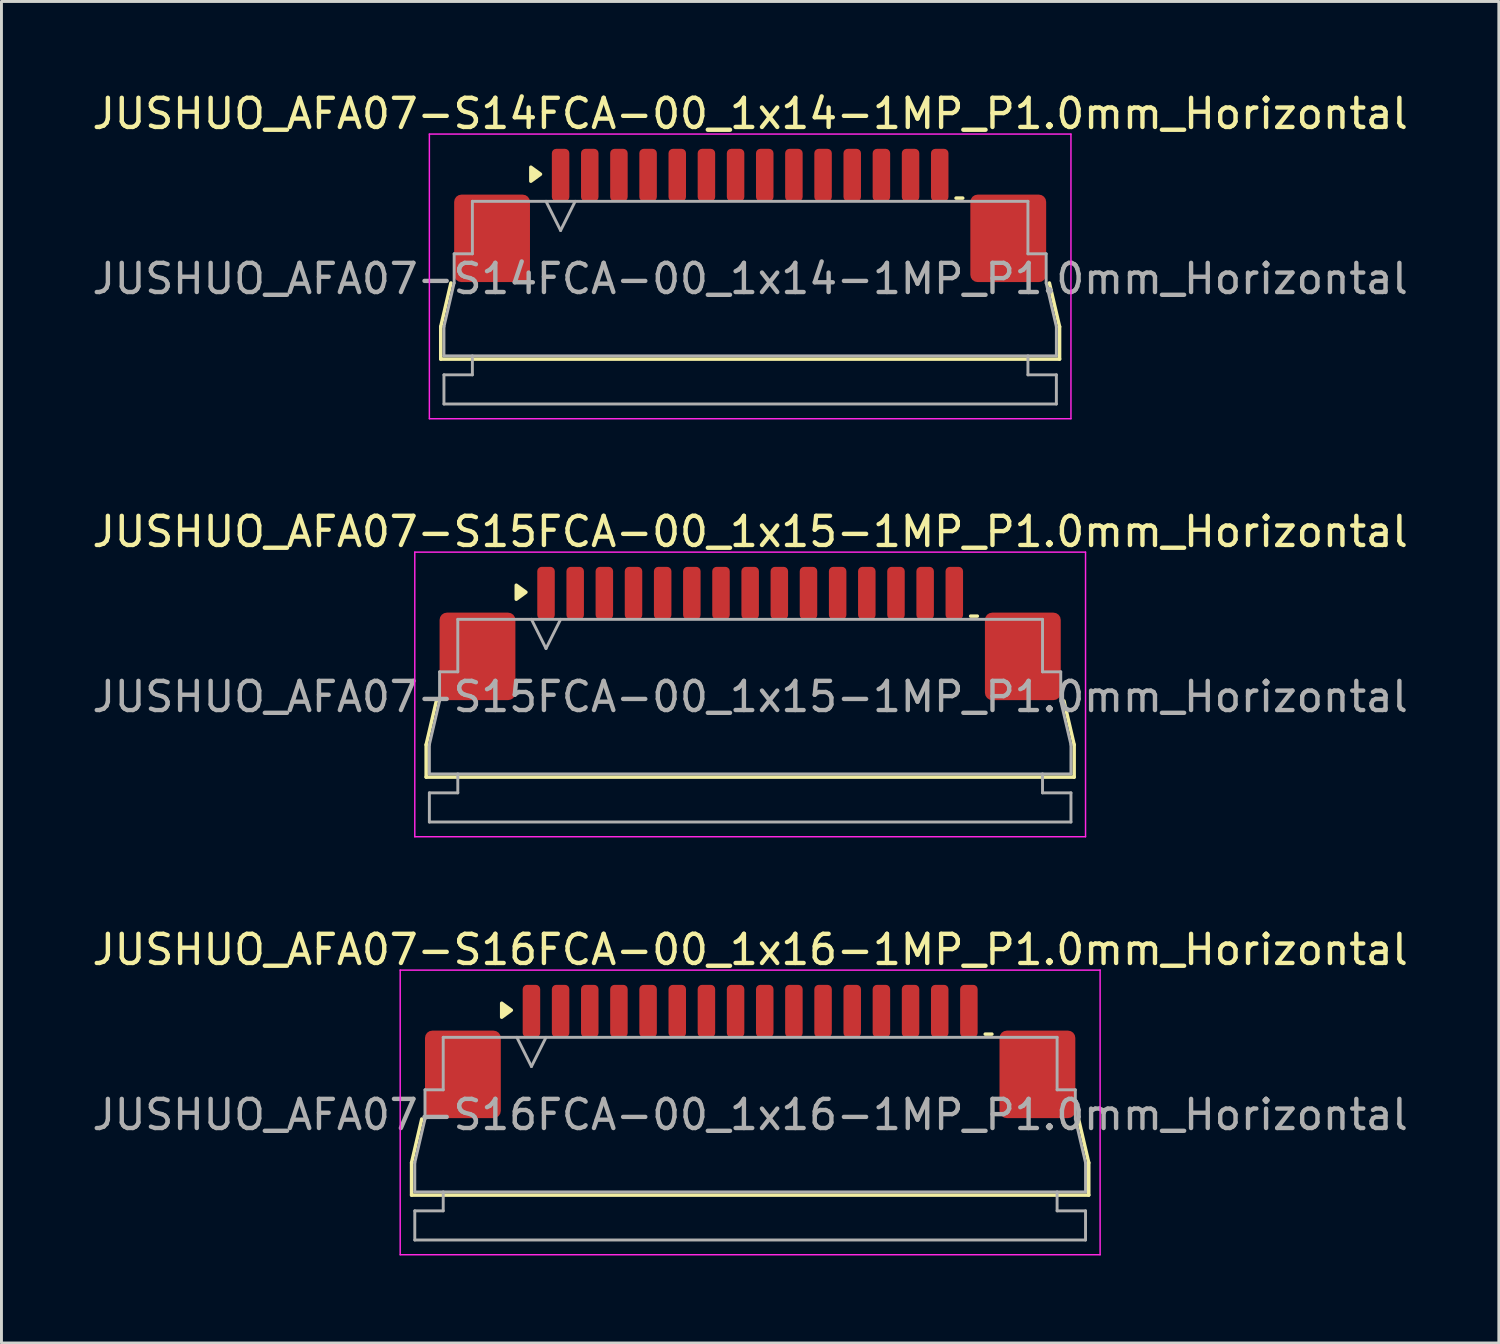
<source format=kicad_pcb>
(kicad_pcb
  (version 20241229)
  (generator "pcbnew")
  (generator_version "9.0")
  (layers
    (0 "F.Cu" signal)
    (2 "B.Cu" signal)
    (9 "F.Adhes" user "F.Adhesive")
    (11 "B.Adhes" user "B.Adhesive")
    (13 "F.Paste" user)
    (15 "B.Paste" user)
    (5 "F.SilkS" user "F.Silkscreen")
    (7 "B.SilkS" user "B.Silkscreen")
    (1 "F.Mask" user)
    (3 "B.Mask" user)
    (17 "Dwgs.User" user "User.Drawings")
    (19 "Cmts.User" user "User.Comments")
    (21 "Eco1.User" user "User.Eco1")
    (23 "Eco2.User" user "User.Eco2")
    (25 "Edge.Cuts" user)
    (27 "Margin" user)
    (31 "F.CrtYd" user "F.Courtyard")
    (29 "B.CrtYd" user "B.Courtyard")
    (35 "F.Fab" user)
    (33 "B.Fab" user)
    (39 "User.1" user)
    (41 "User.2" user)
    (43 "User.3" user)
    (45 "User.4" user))
  (footprint "JUSHUO_AFA07-S15FCA-00_1x15-1MP_P1.0mm_Horizontal"
    (layer "F.Cu")
    (at 22.673 20.662)
    (property "Reference" "JUSHUO_AFA07-S15FCA-00_1x15-1MP_P1.0mm_Horizontal" (at 0 -5.48 0) (layer "F.SilkS") (effects (font (size 1 1) (thickness 0.15))))
    (attr smd)
    (fp_line (start -11.11 1.825) (end -10.76 0.325) (stroke (width 0.12) (type solid)) (layer "F.SilkS"))
    (fp_line (start -11.11 2.935) (end -11.11 1.825) (stroke (width 0.12) (type solid)) (layer "F.SilkS"))
    (fp_line (start 7.56 -2.585) (end 7.79 -2.585) (stroke (width 0.12) (type solid)) (layer "F.SilkS"))
    (fp_line (start 10.76 0.325) (end 11.11 1.825) (stroke (width 0.12) (type solid)) (layer "F.SilkS"))
    (fp_line (start 11.11 1.825) (end 11.11 2.935) (stroke (width 0.12) (type solid)) (layer "F.SilkS"))
    (fp_line (start 11.11 2.935) (end -11.11 2.935) (stroke (width 0.12) (type solid)) (layer "F.SilkS"))
    (fp_poly (pts (xy -7.69 -3.405) (xy -8.02 -3.165) (xy -8.02 -3.645)) (stroke (width 0.12) (type solid)) (fill yes) (layer "F.SilkS"))
    (fp_line (start -11.5 -4.78) (end -11.5 4.98) (stroke (width 0.05) (type solid)) (layer "F.CrtYd"))
    (fp_line (start -11.5 4.98) (end 11.5 4.98) (stroke (width 0.05) (type solid)) (layer "F.CrtYd"))
    (fp_line (start 11.5 -4.78) (end -11.5 -4.78) (stroke (width 0.05) (type solid)) (layer "F.CrtYd"))
    (fp_line (start 11.5 4.98) (end 11.5 -4.78) (stroke (width 0.05) (type solid)) (layer "F.CrtYd"))
    (fp_line (start -11 1.825) (end -10.65 0.325) (stroke (width 0.1) (type solid)) (layer "F.Fab"))
    (fp_line (start -11 2.825) (end -11 1.825) (stroke (width 0.1) (type solid)) (layer "F.Fab"))
    (fp_line (start -11 3.475) (end -10.025 3.475) (stroke (width 0.1) (type solid)) (layer "F.Fab"))
    (fp_line (start -11 4.475) (end -11 3.475) (stroke (width 0.1) (type solid)) (layer "F.Fab"))
    (fp_line (start -10.65 -0.675) (end -10.025 -0.675) (stroke (width 0.1) (type solid)) (layer "F.Fab"))
    (fp_line (start -10.65 0.325) (end -10.65 -0.675) (stroke (width 0.1) (type solid)) (layer "F.Fab"))
    (fp_line (start -10.025 -2.475) (end 10.025 -2.475) (stroke (width 0.1) (type solid)) (layer "F.Fab"))
    (fp_line (start -10.025 -0.675) (end -10.025 -2.475) (stroke (width 0.1) (type solid)) (layer "F.Fab"))
    (fp_line (start -10.025 3.475) (end -10.025 2.825) (stroke (width 0.1) (type solid)) (layer "F.Fab"))
    (fp_line (start -7.5 -2.475) (end -7 -1.475) (stroke (width 0.1) (type solid)) (layer "F.Fab"))
    (fp_line (start -7 -1.475) (end -6.5 -2.475) (stroke (width 0.1) (type solid)) (layer "F.Fab"))
    (fp_line (start 10.025 -2.475) (end 10.025 -0.675) (stroke (width 0.1) (type solid)) (layer "F.Fab"))
    (fp_line (start 10.025 -0.675) (end 10.65 -0.675) (stroke (width 0.1) (type solid)) (layer "F.Fab"))
    (fp_line (start 10.025 2.825) (end 10.025 3.475) (stroke (width 0.1) (type solid)) (layer "F.Fab"))
    (fp_line (start 10.025 3.475) (end 11 3.475) (stroke (width 0.1) (type solid)) (layer "F.Fab"))
    (fp_line (start 10.65 -0.675) (end 10.65 0.325) (stroke (width 0.1) (type solid)) (layer "F.Fab"))
    (fp_line (start 10.65 0.325) (end 11 1.825) (stroke (width 0.1) (type solid)) (layer "F.Fab"))
    (fp_line (start 11 1.825) (end 11 2.825) (stroke (width 0.1) (type solid)) (layer "F.Fab"))
    (fp_line (start 11 2.825) (end -11 2.825) (stroke (width 0.1) (type solid)) (layer "F.Fab"))
    (fp_line (start 11 3.475) (end 11 4.475) (stroke (width 0.1) (type solid)) (layer "F.Fab"))
    (fp_line (start 11 4.475) (end -11 4.475) (stroke (width 0.1) (type solid)) (layer "F.Fab"))
    (fp_text user "${REFERENCE}" (at 0 0.18 0) (layer "F.Fab") (effects (font (size 1 1) (thickness 0.15))))
    (pad "1" smd roundrect (at -7 -3.375) (size 0.6 1.8) (layers "F.Cu" "F.Mask" "F.Paste") (roundrect_rratio 0.25))
    (pad "2" smd roundrect (at -6 -3.375) (size 0.6 1.8) (layers "F.Cu" "F.Mask" "F.Paste") (roundrect_rratio 0.25))
    (pad "3" smd roundrect (at -5 -3.375) (size 0.6 1.8) (layers "F.Cu" "F.Mask" "F.Paste") (roundrect_rratio 0.25))
    (pad "4" smd roundrect (at -4 -3.375) (size 0.6 1.8) (layers "F.Cu" "F.Mask" "F.Paste") (roundrect_rratio 0.25))
    (pad "5" smd roundrect (at -3 -3.375) (size 0.6 1.8) (layers "F.Cu" "F.Mask" "F.Paste") (roundrect_rratio 0.25))
    (pad "6" smd roundrect (at -2 -3.375) (size 0.6 1.8) (layers "F.Cu" "F.Mask" "F.Paste") (roundrect_rratio 0.25))
    (pad "7" smd roundrect (at -1 -3.375) (size 0.6 1.8) (layers "F.Cu" "F.Mask" "F.Paste") (roundrect_rratio 0.25))
    (pad "8" smd roundrect (at 0 -3.375) (size 0.6 1.8) (layers "F.Cu" "F.Mask" "F.Paste") (roundrect_rratio 0.25))
    (pad "9" smd roundrect (at 1 -3.375) (size 0.6 1.8) (layers "F.Cu" "F.Mask" "F.Paste") (roundrect_rratio 0.25))
    (pad "10" smd roundrect (at 2 -3.375) (size 0.6 1.8) (layers "F.Cu" "F.Mask" "F.Paste") (roundrect_rratio 0.25))
    (pad "11" smd roundrect (at 3 -3.375) (size 0.6 1.8) (layers "F.Cu" "F.Mask" "F.Paste") (roundrect_rratio 0.25))
    (pad "12" smd roundrect (at 4 -3.375) (size 0.6 1.8) (layers "F.Cu" "F.Mask" "F.Paste") (roundrect_rratio 0.25))
    (pad "13" smd roundrect (at 5 -3.375) (size 0.6 1.8) (layers "F.Cu" "F.Mask" "F.Paste") (roundrect_rratio 0.25))
    (pad "14" smd roundrect (at 6 -3.375) (size 0.6 1.8) (layers "F.Cu" "F.Mask" "F.Paste") (roundrect_rratio 0.25))
    (pad "15" smd roundrect (at 7 -3.375) (size 0.6 1.8) (layers "F.Cu" "F.Mask" "F.Paste") (roundrect_rratio 0.25))
    (pad "MP" smd roundrect (at -9.35 -1.205) (size 2.6 3) (layers "F.Cu" "F.Mask" "F.Paste") (roundrect_rratio 0.096))
    (pad "MP" smd roundrect (at 9.35 -1.205) (size 2.6 3) (layers "F.Cu" "F.Mask" "F.Paste") (roundrect_rratio 0.096)))
  (footprint "JUSHUO_AFA07-S14FCA-00_1x14-1MP_P1.0mm_Horizontal"
    (layer "F.Cu")
    (at 22.673 6.328)
    (property "Reference" "JUSHUO_AFA07-S14FCA-00_1x14-1MP_P1.0mm_Horizontal" (at 0 -5.48 0) (layer "F.SilkS") (effects (font (size 1 1) (thickness 0.15))))
    (attr smd)
    (fp_line (start -10.61 1.825) (end -10.26 0.325) (stroke (width 0.12) (type solid)) (layer "F.SilkS"))
    (fp_line (start -10.61 2.935) (end -10.61 1.825) (stroke (width 0.12) (type solid)) (layer "F.SilkS"))
    (fp_line (start 7.06 -2.585) (end 7.29 -2.585) (stroke (width 0.12) (type solid)) (layer "F.SilkS"))
    (fp_line (start 10.26 0.325) (end 10.61 1.825) (stroke (width 0.12) (type solid)) (layer "F.SilkS"))
    (fp_line (start 10.61 1.825) (end 10.61 2.935) (stroke (width 0.12) (type solid)) (layer "F.SilkS"))
    (fp_line (start 10.61 2.935) (end -10.61 2.935) (stroke (width 0.12) (type solid)) (layer "F.SilkS"))
    (fp_poly (pts (xy -7.19 -3.405) (xy -7.52 -3.165) (xy -7.52 -3.645)) (stroke (width 0.12) (type solid)) (fill yes) (layer "F.SilkS"))
    (fp_line (start -11 -4.78) (end -11 4.98) (stroke (width 0.05) (type solid)) (layer "F.CrtYd"))
    (fp_line (start -11 4.98) (end 11 4.98) (stroke (width 0.05) (type solid)) (layer "F.CrtYd"))
    (fp_line (start 11 -4.78) (end -11 -4.78) (stroke (width 0.05) (type solid)) (layer "F.CrtYd"))
    (fp_line (start 11 4.98) (end 11 -4.78) (stroke (width 0.05) (type solid)) (layer "F.CrtYd"))
    (fp_line (start -10.5 1.825) (end -10.15 0.325) (stroke (width 0.1) (type solid)) (layer "F.Fab"))
    (fp_line (start -10.5 2.825) (end -10.5 1.825) (stroke (width 0.1) (type solid)) (layer "F.Fab"))
    (fp_line (start -10.5 3.475) (end -9.525 3.475) (stroke (width 0.1) (type solid)) (layer "F.Fab"))
    (fp_line (start -10.5 4.475) (end -10.5 3.475) (stroke (width 0.1) (type solid)) (layer "F.Fab"))
    (fp_line (start -10.15 -0.675) (end -9.525 -0.675) (stroke (width 0.1) (type solid)) (layer "F.Fab"))
    (fp_line (start -10.15 0.325) (end -10.15 -0.675) (stroke (width 0.1) (type solid)) (layer "F.Fab"))
    (fp_line (start -9.525 -2.475) (end 9.525 -2.475) (stroke (width 0.1) (type solid)) (layer "F.Fab"))
    (fp_line (start -9.525 -0.675) (end -9.525 -2.475) (stroke (width 0.1) (type solid)) (layer "F.Fab"))
    (fp_line (start -9.525 3.475) (end -9.525 2.825) (stroke (width 0.1) (type solid)) (layer "F.Fab"))
    (fp_line (start -7 -2.475) (end -6.5 -1.475) (stroke (width 0.1) (type solid)) (layer "F.Fab"))
    (fp_line (start -6.5 -1.475) (end -6 -2.475) (stroke (width 0.1) (type solid)) (layer "F.Fab"))
    (fp_line (start 9.525 -2.475) (end 9.525 -0.675) (stroke (width 0.1) (type solid)) (layer "F.Fab"))
    (fp_line (start 9.525 -0.675) (end 10.15 -0.675) (stroke (width 0.1) (type solid)) (layer "F.Fab"))
    (fp_line (start 9.525 2.825) (end 9.525 3.475) (stroke (width 0.1) (type solid)) (layer "F.Fab"))
    (fp_line (start 9.525 3.475) (end 10.5 3.475) (stroke (width 0.1) (type solid)) (layer "F.Fab"))
    (fp_line (start 10.15 -0.675) (end 10.15 0.325) (stroke (width 0.1) (type solid)) (layer "F.Fab"))
    (fp_line (start 10.15 0.325) (end 10.5 1.825) (stroke (width 0.1) (type solid)) (layer "F.Fab"))
    (fp_line (start 10.5 1.825) (end 10.5 2.825) (stroke (width 0.1) (type solid)) (layer "F.Fab"))
    (fp_line (start 10.5 2.825) (end -10.5 2.825) (stroke (width 0.1) (type solid)) (layer "F.Fab"))
    (fp_line (start 10.5 3.475) (end 10.5 4.475) (stroke (width 0.1) (type solid)) (layer "F.Fab"))
    (fp_line (start 10.5 4.475) (end -10.5 4.475) (stroke (width 0.1) (type solid)) (layer "F.Fab"))
    (fp_text user "${REFERENCE}" (at 0 0.18 0) (layer "F.Fab") (effects (font (size 1 1) (thickness 0.15))))
    (pad "1" smd roundrect (at -6.5 -3.375) (size 0.6 1.8) (layers "F.Cu" "F.Mask" "F.Paste") (roundrect_rratio 0.25))
    (pad "2" smd roundrect (at -5.5 -3.375) (size 0.6 1.8) (layers "F.Cu" "F.Mask" "F.Paste") (roundrect_rratio 0.25))
    (pad "3" smd roundrect (at -4.5 -3.375) (size 0.6 1.8) (layers "F.Cu" "F.Mask" "F.Paste") (roundrect_rratio 0.25))
    (pad "4" smd roundrect (at -3.5 -3.375) (size 0.6 1.8) (layers "F.Cu" "F.Mask" "F.Paste") (roundrect_rratio 0.25))
    (pad "5" smd roundrect (at -2.5 -3.375) (size 0.6 1.8) (layers "F.Cu" "F.Mask" "F.Paste") (roundrect_rratio 0.25))
    (pad "6" smd roundrect (at -1.5 -3.375) (size 0.6 1.8) (layers "F.Cu" "F.Mask" "F.Paste") (roundrect_rratio 0.25))
    (pad "7" smd roundrect (at -0.5 -3.375) (size 0.6 1.8) (layers "F.Cu" "F.Mask" "F.Paste") (roundrect_rratio 0.25))
    (pad "8" smd roundrect (at 0.5 -3.375) (size 0.6 1.8) (layers "F.Cu" "F.Mask" "F.Paste") (roundrect_rratio 0.25))
    (pad "9" smd roundrect (at 1.5 -3.375) (size 0.6 1.8) (layers "F.Cu" "F.Mask" "F.Paste") (roundrect_rratio 0.25))
    (pad "10" smd roundrect (at 2.5 -3.375) (size 0.6 1.8) (layers "F.Cu" "F.Mask" "F.Paste") (roundrect_rratio 0.25))
    (pad "11" smd roundrect (at 3.5 -3.375) (size 0.6 1.8) (layers "F.Cu" "F.Mask" "F.Paste") (roundrect_rratio 0.25))
    (pad "12" smd roundrect (at 4.5 -3.375) (size 0.6 1.8) (layers "F.Cu" "F.Mask" "F.Paste") (roundrect_rratio 0.25))
    (pad "13" smd roundrect (at 5.5 -3.375) (size 0.6 1.8) (layers "F.Cu" "F.Mask" "F.Paste") (roundrect_rratio 0.25))
    (pad "14" smd roundrect (at 6.5 -3.375) (size 0.6 1.8) (layers "F.Cu" "F.Mask" "F.Paste") (roundrect_rratio 0.25))
    (pad "MP" smd roundrect (at -8.85 -1.205) (size 2.6 3) (layers "F.Cu" "F.Mask" "F.Paste") (roundrect_rratio 0.096))
    (pad "MP" smd roundrect (at 8.85 -1.205) (size 2.6 3) (layers "F.Cu" "F.Mask" "F.Paste") (roundrect_rratio 0.096)))
  (footprint "JUSHUO_AFA07-S16FCA-00_1x16-1MP_P1.0mm_Horizontal"
    (layer "F.Cu")
    (at 22.673 34.995)
    (property "Reference" "JUSHUO_AFA07-S16FCA-00_1x16-1MP_P1.0mm_Horizontal" (at 0 -5.48 0) (layer "F.SilkS") (effects (font (size 1 1) (thickness 0.15))))
    (attr smd)
    (fp_line (start -11.61 1.825) (end -11.26 0.325) (stroke (width 0.12) (type solid)) (layer "F.SilkS"))
    (fp_line (start -11.61 2.935) (end -11.61 1.825) (stroke (width 0.12) (type solid)) (layer "F.SilkS"))
    (fp_line (start 8.06 -2.585) (end 8.29 -2.585) (stroke (width 0.12) (type solid)) (layer "F.SilkS"))
    (fp_line (start 11.26 0.325) (end 11.61 1.825) (stroke (width 0.12) (type solid)) (layer "F.SilkS"))
    (fp_line (start 11.61 1.825) (end 11.61 2.935) (stroke (width 0.12) (type solid)) (layer "F.SilkS"))
    (fp_line (start 11.61 2.935) (end -11.61 2.935) (stroke (width 0.12) (type solid)) (layer "F.SilkS"))
    (fp_poly (pts (xy -8.19 -3.405) (xy -8.52 -3.165) (xy -8.52 -3.645)) (stroke (width 0.12) (type solid)) (fill yes) (layer "F.SilkS"))
    (fp_line (start -12 -4.78) (end -12 4.98) (stroke (width 0.05) (type solid)) (layer "F.CrtYd"))
    (fp_line (start -12 4.98) (end 12 4.98) (stroke (width 0.05) (type solid)) (layer "F.CrtYd"))
    (fp_line (start 12 -4.78) (end -12 -4.78) (stroke (width 0.05) (type solid)) (layer "F.CrtYd"))
    (fp_line (start 12 4.98) (end 12 -4.78) (stroke (width 0.05) (type solid)) (layer "F.CrtYd"))
    (fp_line (start -11.5 1.825) (end -11.15 0.325) (stroke (width 0.1) (type solid)) (layer "F.Fab"))
    (fp_line (start -11.5 2.825) (end -11.5 1.825) (stroke (width 0.1) (type solid)) (layer "F.Fab"))
    (fp_line (start -11.5 3.475) (end -10.525 3.475) (stroke (width 0.1) (type solid)) (layer "F.Fab"))
    (fp_line (start -11.5 4.475) (end -11.5 3.475) (stroke (width 0.1) (type solid)) (layer "F.Fab"))
    (fp_line (start -11.15 -0.675) (end -10.525 -0.675) (stroke (width 0.1) (type solid)) (layer "F.Fab"))
    (fp_line (start -11.15 0.325) (end -11.15 -0.675) (stroke (width 0.1) (type solid)) (layer "F.Fab"))
    (fp_line (start -10.525 -2.475) (end 10.525 -2.475) (stroke (width 0.1) (type solid)) (layer "F.Fab"))
    (fp_line (start -10.525 -0.675) (end -10.525 -2.475) (stroke (width 0.1) (type solid)) (layer "F.Fab"))
    (fp_line (start -10.525 3.475) (end -10.525 2.825) (stroke (width 0.1) (type solid)) (layer "F.Fab"))
    (fp_line (start -8 -2.475) (end -7.5 -1.475) (stroke (width 0.1) (type solid)) (layer "F.Fab"))
    (fp_line (start -7.5 -1.475) (end -7 -2.475) (stroke (width 0.1) (type solid)) (layer "F.Fab"))
    (fp_line (start 10.525 -2.475) (end 10.525 -0.675) (stroke (width 0.1) (type solid)) (layer "F.Fab"))
    (fp_line (start 10.525 -0.675) (end 11.15 -0.675) (stroke (width 0.1) (type solid)) (layer "F.Fab"))
    (fp_line (start 10.525 2.825) (end 10.525 3.475) (stroke (width 0.1) (type solid)) (layer "F.Fab"))
    (fp_line (start 10.525 3.475) (end 11.5 3.475) (stroke (width 0.1) (type solid)) (layer "F.Fab"))
    (fp_line (start 11.15 -0.675) (end 11.15 0.325) (stroke (width 0.1) (type solid)) (layer "F.Fab"))
    (fp_line (start 11.15 0.325) (end 11.5 1.825) (stroke (width 0.1) (type solid)) (layer "F.Fab"))
    (fp_line (start 11.5 1.825) (end 11.5 2.825) (stroke (width 0.1) (type solid)) (layer "F.Fab"))
    (fp_line (start 11.5 2.825) (end -11.5 2.825) (stroke (width 0.1) (type solid)) (layer "F.Fab"))
    (fp_line (start 11.5 3.475) (end 11.5 4.475) (stroke (width 0.1) (type solid)) (layer "F.Fab"))
    (fp_line (start 11.5 4.475) (end -11.5 4.475) (stroke (width 0.1) (type solid)) (layer "F.Fab"))
    (fp_text user "${REFERENCE}" (at 0 0.18 0) (layer "F.Fab") (effects (font (size 1 1) (thickness 0.15))))
    (pad "1" smd roundrect (at -7.5 -3.375) (size 0.6 1.8) (layers "F.Cu" "F.Mask" "F.Paste") (roundrect_rratio 0.25))
    (pad "2" smd roundrect (at -6.5 -3.375) (size 0.6 1.8) (layers "F.Cu" "F.Mask" "F.Paste") (roundrect_rratio 0.25))
    (pad "3" smd roundrect (at -5.5 -3.375) (size 0.6 1.8) (layers "F.Cu" "F.Mask" "F.Paste") (roundrect_rratio 0.25))
    (pad "4" smd roundrect (at -4.5 -3.375) (size 0.6 1.8) (layers "F.Cu" "F.Mask" "F.Paste") (roundrect_rratio 0.25))
    (pad "5" smd roundrect (at -3.5 -3.375) (size 0.6 1.8) (layers "F.Cu" "F.Mask" "F.Paste") (roundrect_rratio 0.25))
    (pad "6" smd roundrect (at -2.5 -3.375) (size 0.6 1.8) (layers "F.Cu" "F.Mask" "F.Paste") (roundrect_rratio 0.25))
    (pad "7" smd roundrect (at -1.5 -3.375) (size 0.6 1.8) (layers "F.Cu" "F.Mask" "F.Paste") (roundrect_rratio 0.25))
    (pad "8" smd roundrect (at -0.5 -3.375) (size 0.6 1.8) (layers "F.Cu" "F.Mask" "F.Paste") (roundrect_rratio 0.25))
    (pad "9" smd roundrect (at 0.5 -3.375) (size 0.6 1.8) (layers "F.Cu" "F.Mask" "F.Paste") (roundrect_rratio 0.25))
    (pad "10" smd roundrect (at 1.5 -3.375) (size 0.6 1.8) (layers "F.Cu" "F.Mask" "F.Paste") (roundrect_rratio 0.25))
    (pad "11" smd roundrect (at 2.5 -3.375) (size 0.6 1.8) (layers "F.Cu" "F.Mask" "F.Paste") (roundrect_rratio 0.25))
    (pad "12" smd roundrect (at 3.5 -3.375) (size 0.6 1.8) (layers "F.Cu" "F.Mask" "F.Paste") (roundrect_rratio 0.25))
    (pad "13" smd roundrect (at 4.5 -3.375) (size 0.6 1.8) (layers "F.Cu" "F.Mask" "F.Paste") (roundrect_rratio 0.25))
    (pad "14" smd roundrect (at 5.5 -3.375) (size 0.6 1.8) (layers "F.Cu" "F.Mask" "F.Paste") (roundrect_rratio 0.25))
    (pad "15" smd roundrect (at 6.5 -3.375) (size 0.6 1.8) (layers "F.Cu" "F.Mask" "F.Paste") (roundrect_rratio 0.25))
    (pad "16" smd roundrect (at 7.5 -3.375) (size 0.6 1.8) (layers "F.Cu" "F.Mask" "F.Paste") (roundrect_rratio 0.25))
    (pad "MP" smd roundrect (at -9.85 -1.205) (size 2.6 3) (layers "F.Cu" "F.Mask" "F.Paste") (roundrect_rratio 0.096))
    (pad "MP" smd roundrect (at 9.85 -1.205) (size 2.6 3) (layers "F.Cu" "F.Mask" "F.Paste") (roundrect_rratio 0.096)))
  (gr_rect
    (start -3 -3)
    (end 48.345 43)
    (stroke (width 0.1) (type default))
    (fill no)
    (layer "Edge.Cuts")))
</source>
